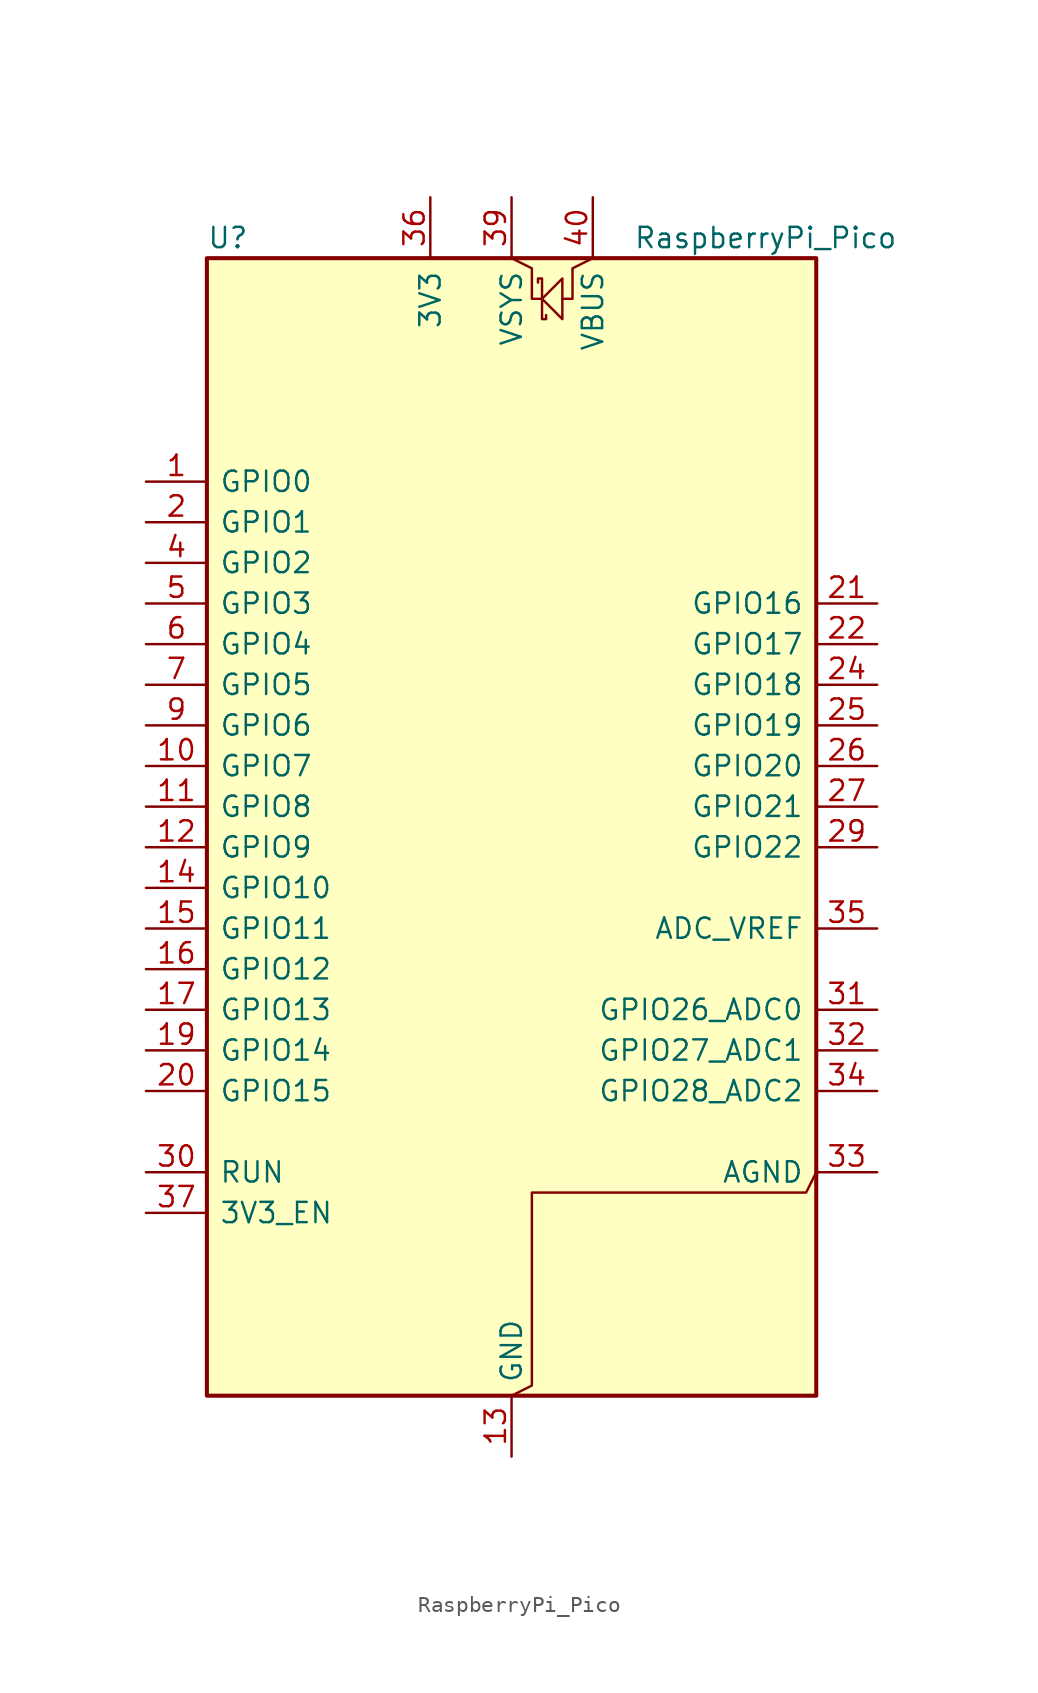
<source format=kicad_sym>
(kicad_symbol_lib
  (version 20231120)
  (generator "kicad_symbol_editor")
  (generator_version "8.0")
  (symbol "RaspberryPi_Pico"
    (pin_names
      (offset 0.762))
    (property "Reference" "U"
      (at -19.05 38.1 0)
      (effects (font (size 1.27 1.27)) (justify left)))
    (property "Value" "RaspberryPi_Pico"
      (at 7.62 38.1 0)
      (effects (font (size 1.27 1.27)) (justify left)))
    (symbol "RaspberryPi_Pico_0_1"
      (rectangle (start -19.05 36.83) (end 19.05 -34.29) (stroke (width 0.254) (type default)) (fill (type background)))
      (polyline (pts (xy 0 36.83) (xy 1.27 36.195) (xy 1.27 34.29) (xy 1.905 34.29)) (stroke (width 0) (type default)) (fill (type none)))
      (polyline (pts (xy 1.905 34.29) (xy 3.175 35.56) (xy 3.175 33.02) (xy 1.905 34.29)) (stroke (width 0) (type default)) (fill (type none)))
      (polyline (pts (xy 5.08 36.83) (xy 3.81 36.195) (xy 3.81 34.29) (xy 3.175 34.29)) (stroke (width 0) (type default)) (fill (type none)))
      (polyline (pts (xy 0 -34.29) (xy 1.27 -33.655) (xy 1.27 -21.59) (xy 18.415 -21.59) (xy 19.05 -20.32)) (stroke (width 0) (type default)) (fill (type none)))
      (polyline (pts (xy 1.651 35.306) (xy 1.651 35.56) (xy 1.905 35.56) (xy 1.905 33.02) (xy 2.159 33.02) (xy 2.159 33.274)) (stroke (width 0) (type default)) (fill (type none))))
    (symbol "RaspberryPi_Pico_1_1"
      (pin bidirectional line (at -22.86 22.86 0) (length 3.81) (name "GPIO0" (effects (font (size 1.27 1.27)))) (number "1" (effects (font (size 1.27 1.27)))) (alternate "I2C0_SDA" bidirectional line) (alternate "PWM0_A" output line) (alternate "SPI0_RX" input line) (alternate "UART0_TX" output line) (alternate "USB_OVCUR_DET" input line))
      (pin bidirectional line (at -22.86 5.08 0) (length 3.81) (name "GPIO7" (effects (font (size 1.27 1.27)))) (number "10" (effects (font (size 1.27 1.27)))) (alternate "I2C1_SCL" bidirectional clock) (alternate "PWM3_B" bidirectional line) (alternate "SPI0_TX" output line) (alternate "UART1_RTS" output line) (alternate "USB_VBUS_DET" input line))
      (pin bidirectional line (at -22.86 2.54 0) (length 3.81) (name "GPIO8" (effects (font (size 1.27 1.27)))) (number "11" (effects (font (size 1.27 1.27)))) (alternate "I2C0_SDA" bidirectional line) (alternate "PWM4_A" output line) (alternate "SPI1_RX" input line) (alternate "UART1_TX" output line) (alternate "USB_VBUS_EN" output line))
      (pin bidirectional line (at -22.86 0 0) (length 3.81) (name "GPIO9" (effects (font (size 1.27 1.27)))) (number "12" (effects (font (size 1.27 1.27)))) (alternate "I2C0_SCL" bidirectional clock) (alternate "PWM4_B" bidirectional line) (alternate "UART1_RX" input line) (alternate "USB_OVCUR_DET" input line) (alternate "~{SPI1_CSn}" bidirectional line))
      (pin power_out line (at 0 -38.1 90) (length 3.81) (name "GND" (effects (font (size 1.27 1.27)))) (number "13" (effects (font (size 1.27 1.27)))) (alternate "GND_IN" power_in line))
      (pin bidirectional line (at -22.86 -2.54 0) (length 3.81) (name "GPIO10" (effects (font (size 1.27 1.27)))) (number "14" (effects (font (size 1.27 1.27)))) (alternate "I2C1_SDA" bidirectional line) (alternate "PWM5_A" output line) (alternate "SPI1_SCK" bidirectional clock) (alternate "UART1_CTS" input line) (alternate "USB_VBUS_DET" input line))
      (pin bidirectional line (at -22.86 -5.08 0) (length 3.81) (name "GPIO11" (effects (font (size 1.27 1.27)))) (number "15" (effects (font (size 1.27 1.27)))) (alternate "I2C1_SCL" bidirectional clock) (alternate "PWM5_B" bidirectional line) (alternate "SPI1_TX" output line) (alternate "UART1_RTS" output line) (alternate "USB_VBUS_EN" output line))
      (pin bidirectional line (at -22.86 -7.62 0) (length 3.81) (name "GPIO12" (effects (font (size 1.27 1.27)))) (number "16" (effects (font (size 1.27 1.27)))) (alternate "I2C0_SDA" bidirectional line) (alternate "PWM6_A" output line) (alternate "SPI1_RX" input line) (alternate "UART0_TX" output line) (alternate "USB_OVCUR_DET" input line))
      (pin bidirectional line (at -22.86 -10.16 0) (length 3.81) (name "GPIO13" (effects (font (size 1.27 1.27)))) (number "17" (effects (font (size 1.27 1.27)))) (alternate "I2C0_SCL" bidirectional clock) (alternate "PWM6_B" bidirectional line) (alternate "UART0_RX" input line) (alternate "USB_VBUS_DET" input line) (alternate "~{SPI1_CSn}" bidirectional line))
      (pin passive line (at 0 -38.1 90) (length 3.81) hide (name "GND" (effects (font (size 1.27 1.27)))) (number "18" (effects (font (size 1.27 1.27)))))
      (pin bidirectional line (at -22.86 -12.7 0) (length 3.81) (name "GPIO14" (effects (font (size 1.27 1.27)))) (number "19" (effects (font (size 1.27 1.27)))) (alternate "I2C1_SDA" bidirectional line) (alternate "PWM7_A" output line) (alternate "SPI1_SCK" bidirectional clock) (alternate "UART0_CTS" input line) (alternate "USB_VBUS_EN" output line))
      (pin bidirectional line (at -22.86 20.32 0) (length 3.81) (name "GPIO1" (effects (font (size 1.27 1.27)))) (number "2" (effects (font (size 1.27 1.27)))) (alternate "I2C0_SCL" bidirectional clock) (alternate "PWM0_B" bidirectional line) (alternate "UART0_RX" input line) (alternate "USB_VBUS_DET" passive line) (alternate "~{SPI0_CSn}" bidirectional line))
      (pin bidirectional line (at -22.86 -15.24 0) (length 3.81) (name "GPIO15" (effects (font (size 1.27 1.27)))) (number "20" (effects (font (size 1.27 1.27)))) (alternate "I2C1_SCL" bidirectional clock) (alternate "PWM7_B" bidirectional line) (alternate "SPI1_TX" output line) (alternate "UART0_RTS" output line) (alternate "USB_OVCUR_DET" input line))
      (pin bidirectional line (at 22.86 15.24 180) (length 3.81) (name "GPIO16" (effects (font (size 1.27 1.27)))) (number "21" (effects (font (size 1.27 1.27)))) (alternate "I2C0_SDA" bidirectional line) (alternate "PWM0_A" output line) (alternate "SPI0_RX" input line) (alternate "UART0_TX" output line) (alternate "USB_VBUS_DET" input line))
      (pin bidirectional line (at 22.86 12.7 180) (length 3.81) (name "GPIO17" (effects (font (size 1.27 1.27)))) (number "22" (effects (font (size 1.27 1.27)))) (alternate "I2C0_SCL" bidirectional clock) (alternate "PWM0_B" bidirectional line) (alternate "UART0_RX" input line) (alternate "USB_VBUS_EN" output line) (alternate "~{SPI0_CSn}" bidirectional line))
      (pin passive line (at 0 -38.1 90) (length 3.81) hide (name "GND" (effects (font (size 1.27 1.27)))) (number "23" (effects (font (size 1.27 1.27)))))
      (pin bidirectional line (at 22.86 10.16 180) (length 3.81) (name "GPIO18" (effects (font (size 1.27 1.27)))) (number "24" (effects (font (size 1.27 1.27)))) (alternate "I2C1_SDA" bidirectional line) (alternate "PWM1_A" output line) (alternate "SPI0_SCK" bidirectional clock) (alternate "UART0_CTS" input line) (alternate "USB_OVCUR_DET" input line))
      (pin bidirectional line (at 22.86 7.62 180) (length 3.81) (name "GPIO19" (effects (font (size 1.27 1.27)))) (number "25" (effects (font (size 1.27 1.27)))) (alternate "I2C1_SCL" bidirectional clock) (alternate "PWM1_B" bidirectional line) (alternate "SPI0_TX" output line) (alternate "UART0_RTS" output line) (alternate "USB_VBUS_DET" input line))
      (pin bidirectional line (at 22.86 5.08 180) (length 3.81) (name "GPIO20" (effects (font (size 1.27 1.27)))) (number "26" (effects (font (size 1.27 1.27)))) (alternate "CLOCK_GPIN0" input clock) (alternate "I2C0_SDA" bidirectional line) (alternate "PWM2_A" output line) (alternate "SPI0_RX" input line) (alternate "UART1_TX" output line) (alternate "USB_VBUS_EN" output line))
      (pin bidirectional line (at 22.86 2.54 180) (length 3.81) (name "GPIO21" (effects (font (size 1.27 1.27)))) (number "27" (effects (font (size 1.27 1.27)))) (alternate "CLOCK_GPOUT0" output clock) (alternate "I2C0_SCL" bidirectional clock) (alternate "PWM2_B" bidirectional line) (alternate "UART1_RX" input line) (alternate "USB_OVCUR_DET" input line) (alternate "~{SPI0_CSn}" bidirectional line))
      (pin passive line (at 0 -38.1 90) (length 3.81) hide (name "GND" (effects (font (size 1.27 1.27)))) (number "28" (effects (font (size 1.27 1.27)))))
      (pin bidirectional line (at 22.86 0 180) (length 3.81) (name "GPIO22" (effects (font (size 1.27 1.27)))) (number "29" (effects (font (size 1.27 1.27)))) (alternate "CLOCK_GPIN1" input clock) (alternate "I2C1_SDA" bidirectional line) (alternate "PWM3_A" output line) (alternate "SPI0_SCK" bidirectional clock) (alternate "UART1_CTS" input line) (alternate "USB_VBUS_DET" input line))
      (pin passive line (at 0 -38.1 90) (length 3.81) hide (name "GND" (effects (font (size 1.27 1.27)))) (number "3" (effects (font (size 1.27 1.27)))))
      (pin input line (at -22.86 -20.32 0) (length 3.81) (name "RUN" (effects (font (size 1.27 1.27)))) (number "30" (effects (font (size 1.27 1.27)))) (alternate "~{RESET}" input line))
      (pin bidirectional line (at 22.86 -10.16 180) (length 3.81) (name "GPIO26_ADC0" (effects (font (size 1.27 1.27)))) (number "31" (effects (font (size 1.27 1.27)))) (alternate "ADC0" input line) (alternate "GPIO26" bidirectional line) (alternate "I2C1_SDA" bidirectional line) (alternate "PWM5_A" output line) (alternate "SPI1_SCK" bidirectional clock) (alternate "UART1_CTS" input line) (alternate "USB_VBUS_EN" output line))
      (pin bidirectional line (at 22.86 -12.7 180) (length 3.81) (name "GPIO27_ADC1" (effects (font (size 1.27 1.27)))) (number "32" (effects (font (size 1.27 1.27)))) (alternate "ADC1" input line) (alternate "GPIO27" bidirectional line) (alternate "I2C1_SCL" bidirectional clock) (alternate "PWM5_B" bidirectional line) (alternate "SPI1_TX" output line) (alternate "UART1_RTS" output line) (alternate "USB_OVCUR_DET" input line))
      (pin power_in line (at 22.86 -20.32 180) (length 3.81) (name "AGND" (effects (font (size 1.27 1.27)))) (number "33" (effects (font (size 1.27 1.27)))) (alternate "GND" power_out line) (alternate "GND_IN" power_in line))
      (pin bidirectional line (at 22.86 -15.24 180) (length 3.81) (name "GPIO28_ADC2" (effects (font (size 1.27 1.27)))) (number "34" (effects (font (size 1.27 1.27)))) (alternate "ADC2" input line) (alternate "GPIO28" bidirectional line) (alternate "I2C0_SDA" bidirectional line) (alternate "PWM6_A" output line) (alternate "SPI1_RX" input line) (alternate "UART0_TX" output line) (alternate "USB_VBUS_DET" input line))
      (pin power_in line (at 22.86 -5.08 180) (length 3.81) (name "ADC_VREF" (effects (font (size 1.27 1.27)))) (number "35" (effects (font (size 1.27 1.27)))))
      (pin power_out line (at -5.08 40.64 270) (length 3.81) (name "3V3" (effects (font (size 1.27 1.27)))) (number "36" (effects (font (size 1.27 1.27)))))
      (pin input line (at -22.86 -22.86 0) (length 3.81) (name "3V3_EN" (effects (font (size 1.27 1.27)))) (number "37" (effects (font (size 1.27 1.27)))) (alternate "~{3V3_DISABLE}" input line))
      (pin passive line (at 0 -38.1 90) (length 3.81) hide (name "GND" (effects (font (size 1.27 1.27)))) (number "38" (effects (font (size 1.27 1.27)))))
      (pin power_in line (at 0 40.64 270) (length 3.81) (name "VSYS" (effects (font (size 1.27 1.27)))) (number "39" (effects (font (size 1.27 1.27)))) (alternate "VSYS_OUT" power_out line))
      (pin bidirectional line (at -22.86 17.78 0) (length 3.81) (name "GPIO2" (effects (font (size 1.27 1.27)))) (number "4" (effects (font (size 1.27 1.27)))) (alternate "I2C1_SDA" bidirectional line) (alternate "PWM1_A" output line) (alternate "SPI0_SCK" bidirectional clock) (alternate "UART0_CTS" input line) (alternate "USB_VBUS_DET" input line))
      (pin power_out line (at 5.08 40.64 270) (length 3.81) (name "VBUS" (effects (font (size 1.27 1.27)))) (number "40" (effects (font (size 1.27 1.27)))) (alternate "VBUS_HOST" power_in line))
      (pin bidirectional line (at -22.86 15.24 0) (length 3.81) (name "GPIO3" (effects (font (size 1.27 1.27)))) (number "5" (effects (font (size 1.27 1.27)))) (alternate "I2C1_SCL" bidirectional clock) (alternate "PWM1_B" bidirectional line) (alternate "SPI0_TX" output line) (alternate "UART0_RTS" output line) (alternate "USB_OVCUR_DET" input line))
      (pin bidirectional line (at -22.86 12.7 0) (length 3.81) (name "GPIO4" (effects (font (size 1.27 1.27)))) (number "6" (effects (font (size 1.27 1.27)))) (alternate "I2C0_SDA" bidirectional line) (alternate "PWM2_A" output line) (alternate "SPI0_RX" input line) (alternate "UART1_TX" output line) (alternate "USB_VBUS_DET" input line))
      (pin bidirectional line (at -22.86 10.16 0) (length 3.81) (name "GPIO5" (effects (font (size 1.27 1.27)))) (number "7" (effects (font (size 1.27 1.27)))) (alternate "I2C0_SCL" bidirectional clock) (alternate "PWM2_B" bidirectional line) (alternate "UART1_RX" input line) (alternate "USB_VBUS_EN" output line) (alternate "~{SPI0_CSn}" bidirectional line))
      (pin passive line (at 0 -38.1 90) (length 3.81) hide (name "GND" (effects (font (size 1.27 1.27)))) (number "8" (effects (font (size 1.27 1.27)))))
      (pin bidirectional line (at -22.86 7.62 0) (length 3.81) (name "GPIO6" (effects (font (size 1.27 1.27)))) (number "9" (effects (font (size 1.27 1.27)))) (alternate "I2C1_SDA" bidirectional line) (alternate "PWM3_A" output line) (alternate "SPI0_SCK" bidirectional clock) (alternate "UART1_CTS" input line) (alternate "USB_OVCUR_DET" input line)))))
</source>
